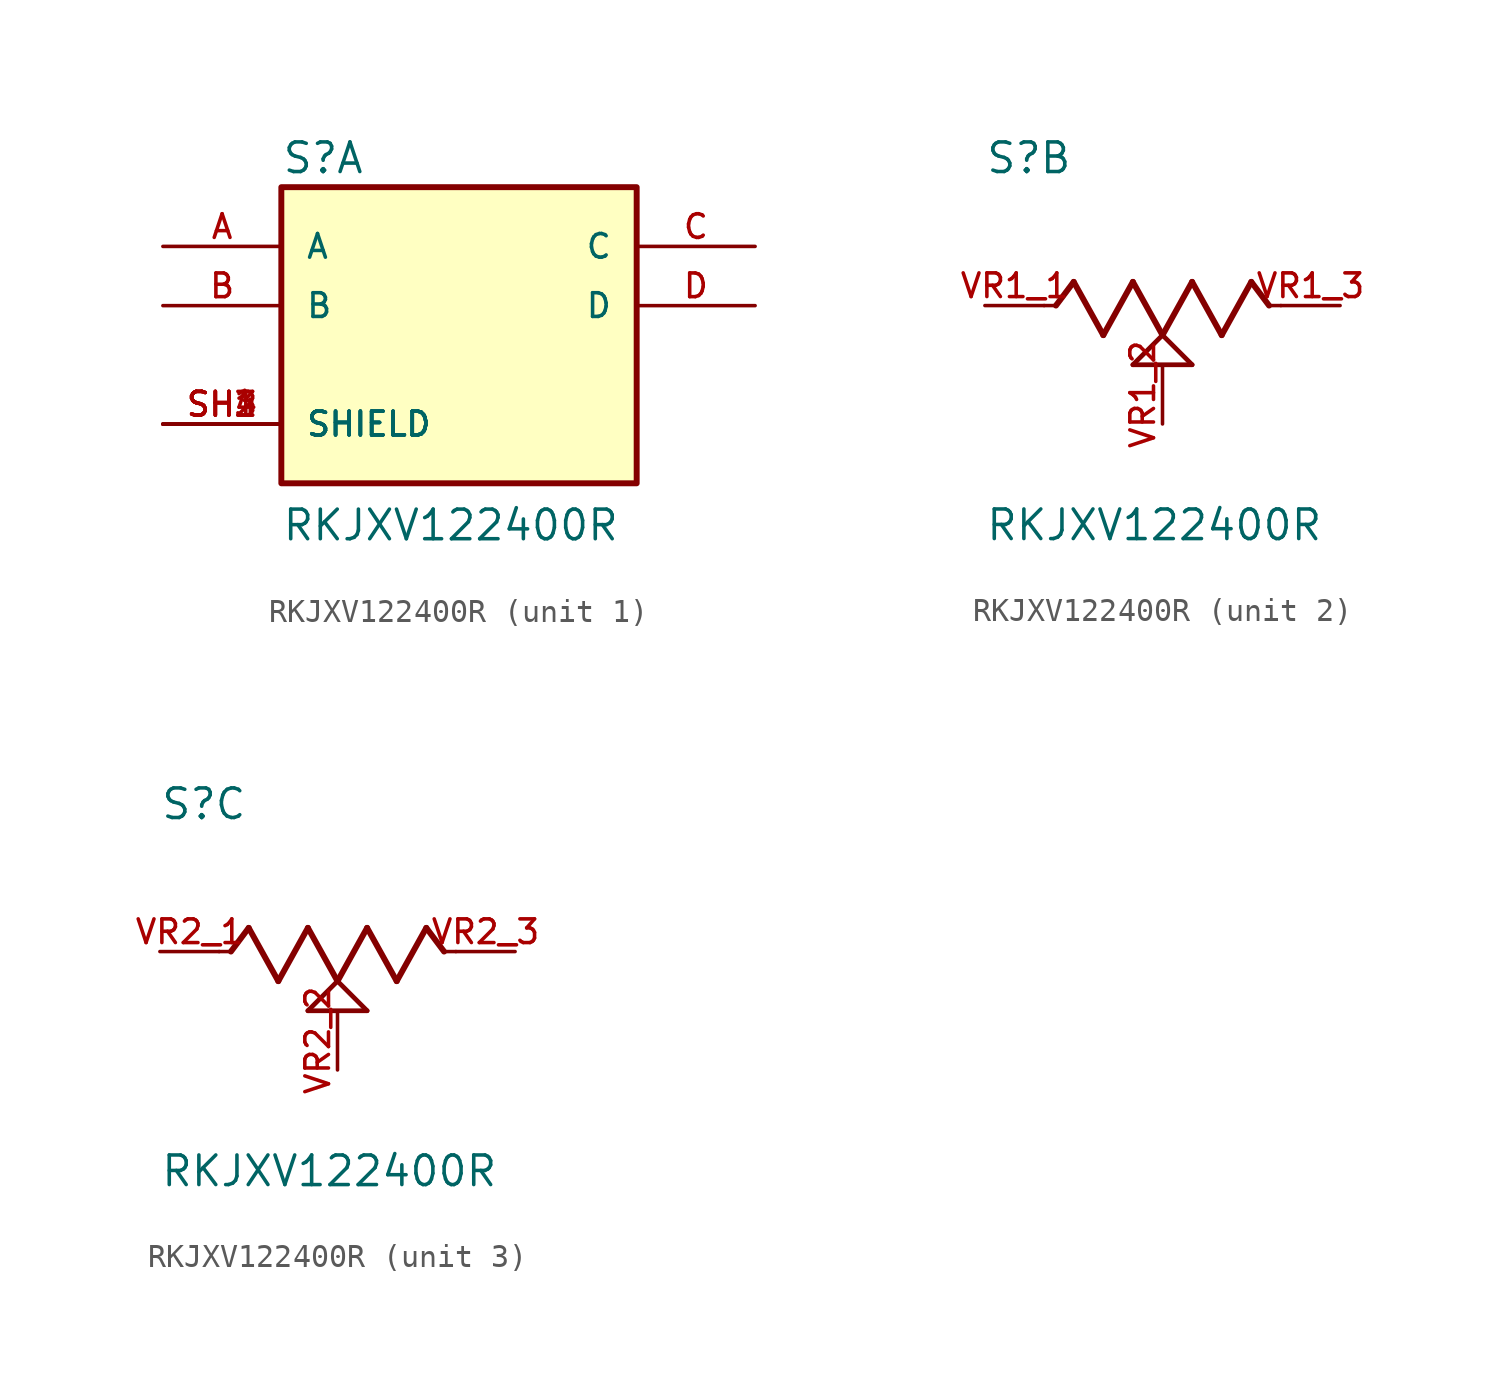
<source format=kicad_sym>
(kicad_symbol_lib
  (version 20211014)
  (generator kicad_symbol_editor)
  (symbol "RKJXV122400R"
    (pin_names
      (offset 1.016))
    (property "Reference" "S"
      (at -7.62 5.588 0)
      (effects (font (size 1.27 1.27)) (justify bottom left)))
    (property "Value" "RKJXV122400R"
      (at -7.62 -10.16 0)
      (effects (font (size 1.27 1.27)) (justify bottom left)))
    (symbol "RKJXV122400R_1_0"
      (rectangle (start -7.62 -7.62) (end 7.62 5.08) (stroke (width 0.254)) (fill (type background)))
      (pin passive line (at -12.7 2.54 0) (length 5.08) (name "A" (effects (font (size 1.016 1.016)))) (number "A" (effects (font (size 1.016 1.016)))))
      (pin passive line (at -12.7 0.0 0) (length 5.08) (name "B" (effects (font (size 1.016 1.016)))) (number "B" (effects (font (size 1.016 1.016)))))
      (pin passive line (at 12.7 2.54 180.0) (length 5.08) (name "C" (effects (font (size 1.016 1.016)))) (number "C" (effects (font (size 1.016 1.016)))))
      (pin passive line (at 12.7 0.0 180.0) (length 5.08) (name "D" (effects (font (size 1.016 1.016)))) (number "D" (effects (font (size 1.016 1.016)))))
      (pin passive line (at -12.7 -5.08 0) (length 5.08) (name "SHIELD" (effects (font (size 1.016 1.016)))) (number "SH1" (effects (font (size 1.016 1.016)))))
      (pin passive line (at -12.7 -5.08 0) (length 5.08) (name "SHIELD" (effects (font (size 1.016 1.016)))) (number "SH2" (effects (font (size 1.016 1.016)))))
      (pin passive line (at -12.7 -5.08 0) (length 5.08) (name "SHIELD" (effects (font (size 1.016 1.016)))) (number "SH3" (effects (font (size 1.016 1.016)))))
      (pin passive line (at -12.7 -5.08 0) (length 5.08) (name "SHIELD" (effects (font (size 1.016 1.016)))) (number "SH4" (effects (font (size 1.016 1.016))))))
    (symbol "RKJXV122400R_2_0"
      (polyline (pts (xy -5.08 0.0) (xy -4.572 0.0)) (stroke (width 0.152)))
      (polyline (pts (xy -4.572 0.0) (xy -3.81 1.016)) (stroke (width 0.254)))
      (polyline (pts (xy -3.81 1.016) (xy -2.54 -1.27)) (stroke (width 0.254)))
      (polyline (pts (xy -2.54 -1.27) (xy -1.27 1.016)) (stroke (width 0.254)))
      (polyline (pts (xy -1.27 1.016) (xy 0.0 -1.27)) (stroke (width 0.254)))
      (polyline (pts (xy 0.0 -1.27) (xy 1.27 1.016)) (stroke (width 0.254)))
      (polyline (pts (xy 1.27 1.016) (xy 2.54 -1.27)) (stroke (width 0.254)))
      (polyline (pts (xy 2.54 -1.27) (xy 3.81 1.016)) (stroke (width 0.254)))
      (polyline (pts (xy 3.81 1.016) (xy 4.572 0.0)) (stroke (width 0.254)))
      (polyline (pts (xy 4.572 0.0) (xy 5.08 0.0)) (stroke (width 0.152)))
      (polyline (pts (xy 0.0 -1.27) (xy 1.27 -2.54)) (stroke (width 0.203)))
      (polyline (pts (xy -1.27 -2.54) (xy 0.0 -1.27)) (stroke (width 0.203)))
      (polyline (pts (xy 1.27 -2.54) (xy -1.27 -2.54)) (stroke (width 0.203)))
      (pin passive line (at -7.62 0.0 0) (length 2.54) (name "~" (effects (font (size 1.016 1.016)))) (number "VR1_1" (effects (font (size 1.016 1.016)))))
      (pin passive line (at 7.62 0.0 180.0) (length 2.54) (name "~" (effects (font (size 1.016 1.016)))) (number "VR1_3" (effects (font (size 1.016 1.016)))))
      (pin passive line (at 0.0 -5.08 90.0) (length 2.54) (name "~" (effects (font (size 1.016 1.016)))) (number "VR1_2" (effects (font (size 1.016 1.016))))))
    (symbol "RKJXV122400R_3_0"
      (polyline (pts (xy -5.08 0.0) (xy -4.572 0.0)) (stroke (width 0.152)))
      (polyline (pts (xy -4.572 0.0) (xy -3.81 1.016)) (stroke (width 0.254)))
      (polyline (pts (xy -3.81 1.016) (xy -2.54 -1.27)) (stroke (width 0.254)))
      (polyline (pts (xy -2.54 -1.27) (xy -1.27 1.016)) (stroke (width 0.254)))
      (polyline (pts (xy -1.27 1.016) (xy 0.0 -1.27)) (stroke (width 0.254)))
      (polyline (pts (xy 0.0 -1.27) (xy 1.27 1.016)) (stroke (width 0.254)))
      (polyline (pts (xy 1.27 1.016) (xy 2.54 -1.27)) (stroke (width 0.254)))
      (polyline (pts (xy 2.54 -1.27) (xy 3.81 1.016)) (stroke (width 0.254)))
      (polyline (pts (xy 3.81 1.016) (xy 4.572 0.0)) (stroke (width 0.254)))
      (polyline (pts (xy 4.572 0.0) (xy 5.08 0.0)) (stroke (width 0.152)))
      (polyline (pts (xy 0.0 -1.27) (xy 1.27 -2.54)) (stroke (width 0.203)))
      (polyline (pts (xy -1.27 -2.54) (xy 0.0 -1.27)) (stroke (width 0.203)))
      (polyline (pts (xy 1.27 -2.54) (xy -1.27 -2.54)) (stroke (width 0.203)))
      (pin passive line (at -7.62 0.0 0) (length 2.54) (name "~" (effects (font (size 1.016 1.016)))) (number "VR2_1" (effects (font (size 1.016 1.016)))))
      (pin passive line (at 7.62 0.0 180.0) (length 2.54) (name "~" (effects (font (size 1.016 1.016)))) (number "VR2_3" (effects (font (size 1.016 1.016)))))
      (pin passive line (at 0.0 -5.08 90.0) (length 2.54) (name "~" (effects (font (size 1.016 1.016)))) (number "VR2_2" (effects (font (size 1.016 1.016))))))))
</source>
